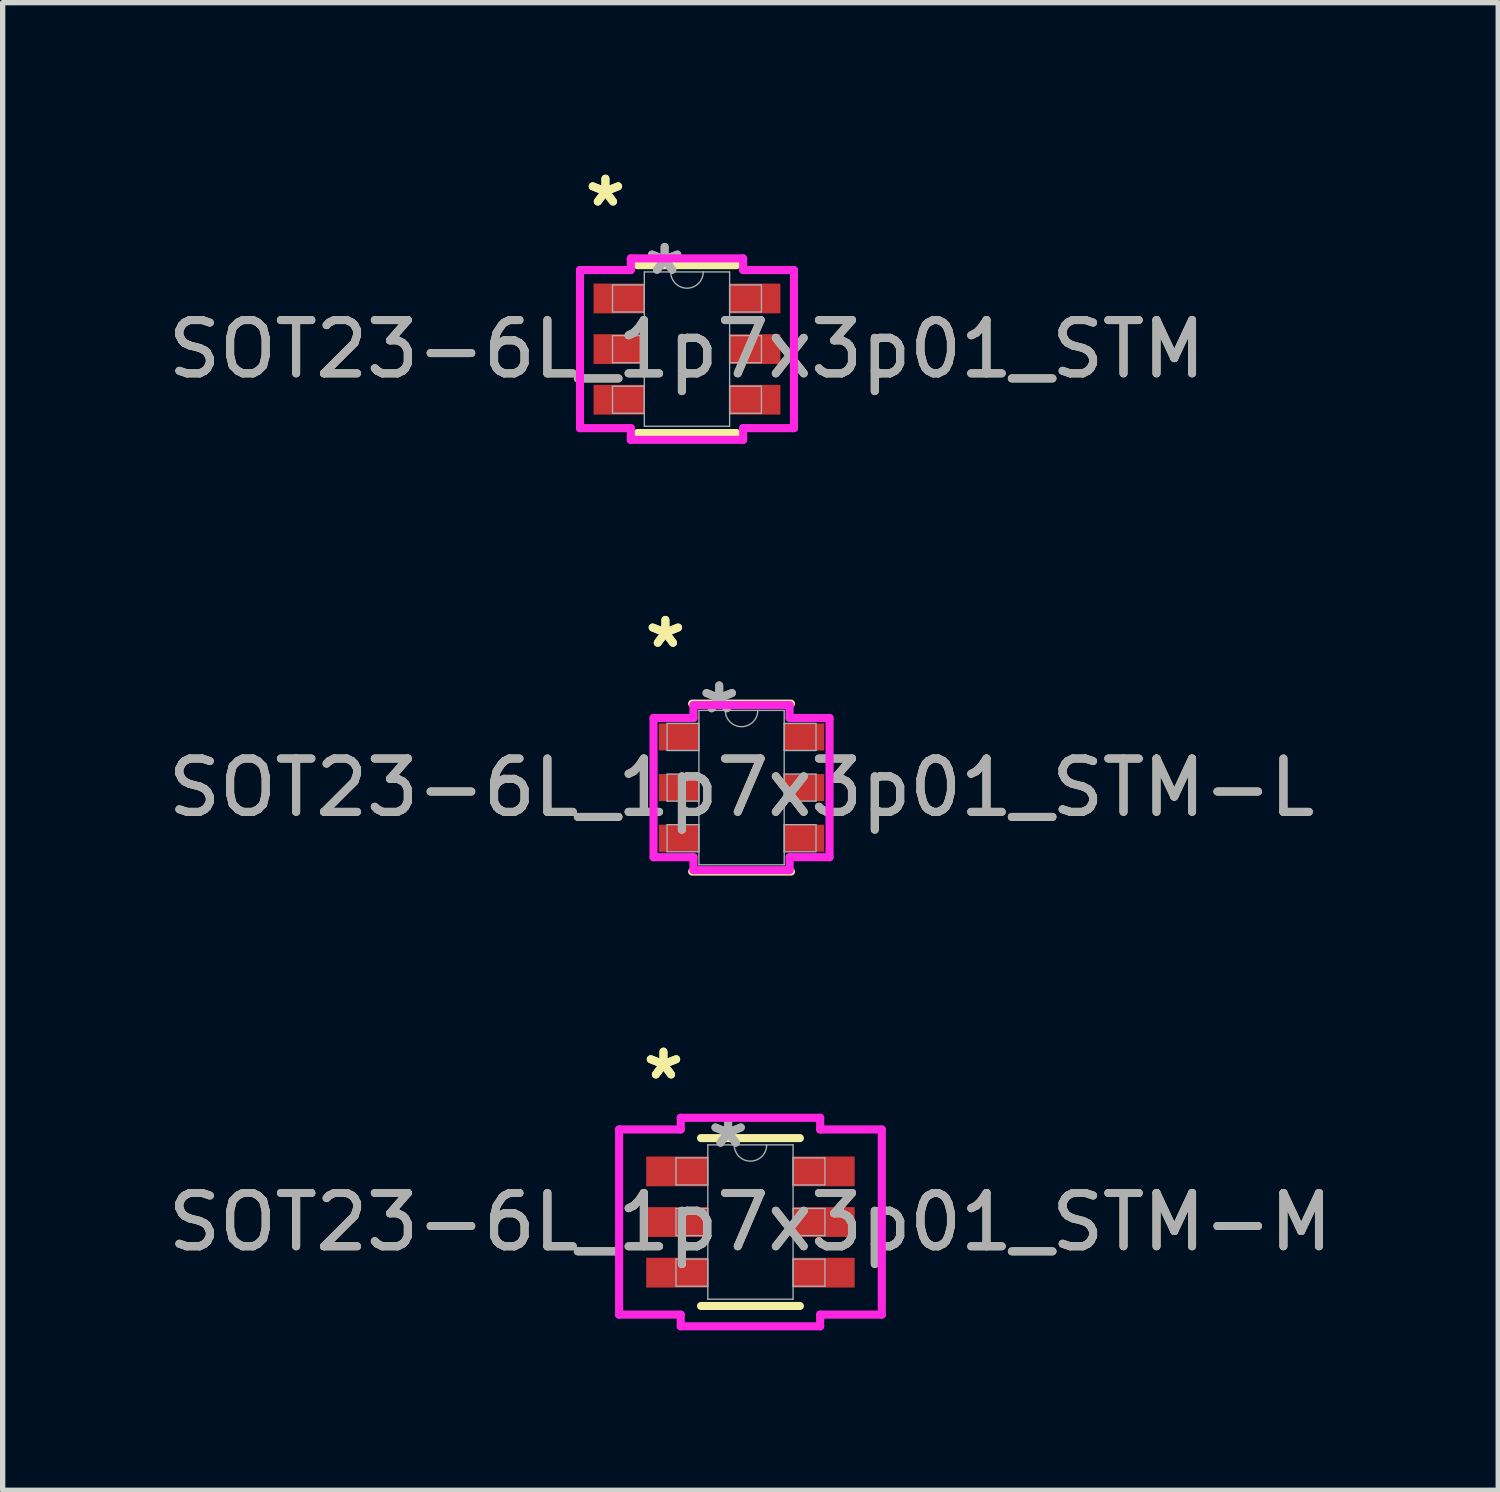
<source format=kicad_pcb>
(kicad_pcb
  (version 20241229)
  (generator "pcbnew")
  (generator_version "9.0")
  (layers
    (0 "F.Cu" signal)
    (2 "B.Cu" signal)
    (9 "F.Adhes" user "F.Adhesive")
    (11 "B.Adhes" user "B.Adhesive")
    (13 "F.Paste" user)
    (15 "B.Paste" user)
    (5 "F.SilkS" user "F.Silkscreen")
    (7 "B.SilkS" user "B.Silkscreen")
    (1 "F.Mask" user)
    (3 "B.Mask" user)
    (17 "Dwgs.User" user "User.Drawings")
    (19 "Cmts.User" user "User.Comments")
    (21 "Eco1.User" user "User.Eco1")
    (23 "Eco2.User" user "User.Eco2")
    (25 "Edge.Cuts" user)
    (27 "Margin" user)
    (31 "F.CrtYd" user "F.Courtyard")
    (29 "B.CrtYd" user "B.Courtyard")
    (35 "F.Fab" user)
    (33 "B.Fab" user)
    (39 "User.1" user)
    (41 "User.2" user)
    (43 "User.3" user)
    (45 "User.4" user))
  (footprint "SOT23-6L_1p7x3p01_STM-L"
    (layer "F.Cu")
    (at 10.863 11.727)
    (property "Reference" "SOT23-6L_1p7x3p01_STM-L" (at 0 0 0) (unlocked yes) (layer "F.SilkS") (effects (font (size 1 1) (thickness 0.15))))
    (attr smd)
    (fp_line (start -0.927 1.575) (end 0.927 1.575) (stroke (width 0.152) (type solid)) (layer "F.SilkS"))
    (fp_line (start 0.927 -1.575) (end -0.927 -1.575) (stroke (width 0.152) (type solid)) (layer "F.SilkS"))
    (fp_line (start -1.651 -1.306) (end -0.902 -1.306) (stroke (width 0.152) (type solid)) (layer "F.CrtYd"))
    (fp_line (start -1.651 1.306) (end -1.651 -1.306) (stroke (width 0.152) (type solid)) (layer "F.CrtYd"))
    (fp_line (start -1.651 1.306) (end -0.902 1.306) (stroke (width 0.152) (type solid)) (layer "F.CrtYd"))
    (fp_line (start -0.902 -1.549) (end 0.902 -1.549) (stroke (width 0.152) (type solid)) (layer "F.CrtYd"))
    (fp_line (start -0.902 -1.306) (end -0.902 -1.549) (stroke (width 0.152) (type solid)) (layer "F.CrtYd"))
    (fp_line (start -0.902 1.549) (end -0.902 1.306) (stroke (width 0.152) (type solid)) (layer "F.CrtYd"))
    (fp_line (start 0.902 -1.549) (end 0.902 -1.306) (stroke (width 0.152) (type solid)) (layer "F.CrtYd"))
    (fp_line (start 0.902 1.306) (end 0.902 1.549) (stroke (width 0.152) (type solid)) (layer "F.CrtYd"))
    (fp_line (start 0.902 1.549) (end -0.902 1.549) (stroke (width 0.152) (type solid)) (layer "F.CrtYd"))
    (fp_line (start 1.651 -1.306) (end 0.902 -1.306) (stroke (width 0.152) (type solid)) (layer "F.CrtYd"))
    (fp_line (start 1.651 -1.306) (end 1.651 1.306) (stroke (width 0.152) (type solid)) (layer "F.CrtYd"))
    (fp_line (start 1.651 1.306) (end 0.902 1.306) (stroke (width 0.152) (type solid)) (layer "F.CrtYd"))
    (fp_line (start -1.397 -1.204) (end -1.397 -0.696) (stroke (width 0.025) (type solid)) (layer "F.Fab"))
    (fp_line (start -1.397 -0.696) (end -0.8 -0.696) (stroke (width 0.025) (type solid)) (layer "F.Fab"))
    (fp_line (start -1.397 -0.254) (end -1.397 0.254) (stroke (width 0.025) (type solid)) (layer "F.Fab"))
    (fp_line (start -1.397 0.254) (end -0.8 0.254) (stroke (width 0.025) (type solid)) (layer "F.Fab"))
    (fp_line (start -1.397 0.696) (end -1.397 1.204) (stroke (width 0.025) (type solid)) (layer "F.Fab"))
    (fp_line (start -1.397 1.204) (end -0.8 1.204) (stroke (width 0.025) (type solid)) (layer "F.Fab"))
    (fp_line (start -0.8 -1.448) (end -0.8 1.448) (stroke (width 0.025) (type solid)) (layer "F.Fab"))
    (fp_line (start -0.8 -1.204) (end -1.397 -1.204) (stroke (width 0.025) (type solid)) (layer "F.Fab"))
    (fp_line (start -0.8 -0.696) (end -0.8 -1.204) (stroke (width 0.025) (type solid)) (layer "F.Fab"))
    (fp_line (start -0.8 -0.254) (end -1.397 -0.254) (stroke (width 0.025) (type solid)) (layer "F.Fab"))
    (fp_line (start -0.8 0.254) (end -0.8 -0.254) (stroke (width 0.025) (type solid)) (layer "F.Fab"))
    (fp_line (start -0.8 0.696) (end -1.397 0.696) (stroke (width 0.025) (type solid)) (layer "F.Fab"))
    (fp_line (start -0.8 1.204) (end -0.8 0.696) (stroke (width 0.025) (type solid)) (layer "F.Fab"))
    (fp_line (start -0.8 1.448) (end 0.8 1.448) (stroke (width 0.025) (type solid)) (layer "F.Fab"))
    (fp_line (start 0.8 -1.448) (end -0.8 -1.448) (stroke (width 0.025) (type solid)) (layer "F.Fab"))
    (fp_line (start 0.8 -1.204) (end 0.8 -0.696) (stroke (width 0.025) (type solid)) (layer "F.Fab"))
    (fp_line (start 0.8 -0.696) (end 1.397 -0.696) (stroke (width 0.025) (type solid)) (layer "F.Fab"))
    (fp_line (start 0.8 -0.254) (end 0.8 0.254) (stroke (width 0.025) (type solid)) (layer "F.Fab"))
    (fp_line (start 0.8 0.254) (end 1.397 0.254) (stroke (width 0.025) (type solid)) (layer "F.Fab"))
    (fp_line (start 0.8 0.696) (end 0.8 1.204) (stroke (width 0.025) (type solid)) (layer "F.Fab"))
    (fp_line (start 0.8 1.204) (end 1.397 1.204) (stroke (width 0.025) (type solid)) (layer "F.Fab"))
    (fp_line (start 0.8 1.448) (end 0.8 -1.448) (stroke (width 0.025) (type solid)) (layer "F.Fab"))
    (fp_line (start 1.397 -1.204) (end 0.8 -1.204) (stroke (width 0.025) (type solid)) (layer "F.Fab"))
    (fp_line (start 1.397 -0.696) (end 1.397 -1.204) (stroke (width 0.025) (type solid)) (layer "F.Fab"))
    (fp_line (start 1.397 -0.254) (end 0.8 -0.254) (stroke (width 0.025) (type solid)) (layer "F.Fab"))
    (fp_line (start 1.397 0.254) (end 1.397 -0.254) (stroke (width 0.025) (type solid)) (layer "F.Fab"))
    (fp_line (start 1.397 0.696) (end 0.8 0.696) (stroke (width 0.025) (type solid)) (layer "F.Fab"))
    (fp_line (start 1.397 1.204) (end 1.397 0.696) (stroke (width 0.025) (type solid)) (layer "F.Fab"))
    (fp_arc (start 0.3048 -1.4478) (mid 0 -1.143) (end -0.3048 -1.4478) (stroke (width 0.0254) (type solid)) (layer "F.Fab"))
    (fp_text user "*" (at -1.429 -2.601 0) (layer "F.SilkS") (effects (font (size 1 1) (thickness 0.15))))
    (fp_text user "*" (at -1.429 -2.601 0) (unlocked yes) (layer "F.SilkS") (effects (font (size 1 1) (thickness 0.15))))
    (fp_text user "*" (at -0.419 -1.372 0) (layer "F.Fab") (effects (font (size 1 1) (thickness 0.15))))
    (fp_text user "${REFERENCE}" (at 0 0 0) (unlocked yes) (layer "F.Fab") (effects (font (size 1 1) (thickness 0.15))))
    (fp_text user "*" (at -0.419 -1.372 0) (unlocked yes) (layer "F.Fab") (effects (font (size 1 1) (thickness 0.15))))
    (pad "1" smd rect (at -1.175 -0.95) (size 0.749 0.508) (layers "F.Cu" "F.Mask" "F.Paste"))
    (pad "2" smd rect (at -1.175 0) (size 0.749 0.508) (layers "F.Cu" "F.Mask" "F.Paste"))
    (pad "3" smd rect (at -1.175 0.95) (size 0.749 0.508) (layers "F.Cu" "F.Mask" "F.Paste"))
    (pad "4" smd rect (at 1.175 0.95) (size 0.749 0.508) (layers "F.Cu" "F.Mask" "F.Paste"))
    (pad "5" smd rect (at 1.175 0) (size 0.749 0.508) (layers "F.Cu" "F.Mask" "F.Paste"))
    (pad "6" smd rect (at 1.175 -0.95) (size 0.749 0.508) (layers "F.Cu" "F.Mask" "F.Paste")))
  (footprint "SOT23-6L_1p7x3p01_STM"
    (layer "F.Cu")
    (at 9.839 3.5)
    (property "Reference" "SOT23-6L_1p7x3p01_STM" (at 0 0 0) (unlocked yes) (layer "F.SilkS") (effects (font (size 1 1) (thickness 0.15))))
    (attr smd)
    (fp_line (start -0.927 1.575) (end 0.927 1.575) (stroke (width 0.152) (type solid)) (layer "F.SilkS"))
    (fp_line (start 0.927 -1.575) (end -0.927 -1.575) (stroke (width 0.152) (type solid)) (layer "F.SilkS"))
    (fp_line (start -2.007 -1.483) (end -1.054 -1.483) (stroke (width 0.152) (type solid)) (layer "F.CrtYd"))
    (fp_line (start -2.007 1.483) (end -2.007 -1.483) (stroke (width 0.152) (type solid)) (layer "F.CrtYd"))
    (fp_line (start -2.007 1.483) (end -1.054 1.483) (stroke (width 0.152) (type solid)) (layer "F.CrtYd"))
    (fp_line (start -1.054 -1.702) (end 1.054 -1.702) (stroke (width 0.152) (type solid)) (layer "F.CrtYd"))
    (fp_line (start -1.054 -1.483) (end -1.054 -1.702) (stroke (width 0.152) (type solid)) (layer "F.CrtYd"))
    (fp_line (start -1.054 1.702) (end -1.054 1.483) (stroke (width 0.152) (type solid)) (layer "F.CrtYd"))
    (fp_line (start 1.054 -1.702) (end 1.054 -1.483) (stroke (width 0.152) (type solid)) (layer "F.CrtYd"))
    (fp_line (start 1.054 1.483) (end 1.054 1.702) (stroke (width 0.152) (type solid)) (layer "F.CrtYd"))
    (fp_line (start 1.054 1.702) (end -1.054 1.702) (stroke (width 0.152) (type solid)) (layer "F.CrtYd"))
    (fp_line (start 2.007 -1.483) (end 1.054 -1.483) (stroke (width 0.152) (type solid)) (layer "F.CrtYd"))
    (fp_line (start 2.007 -1.483) (end 2.007 1.483) (stroke (width 0.152) (type solid)) (layer "F.CrtYd"))
    (fp_line (start 2.007 1.483) (end 1.054 1.483) (stroke (width 0.152) (type solid)) (layer "F.CrtYd"))
    (fp_line (start -1.397 -1.204) (end -1.397 -0.696) (stroke (width 0.025) (type solid)) (layer "F.Fab"))
    (fp_line (start -1.397 -0.696) (end -0.8 -0.696) (stroke (width 0.025) (type solid)) (layer "F.Fab"))
    (fp_line (start -1.397 -0.254) (end -1.397 0.254) (stroke (width 0.025) (type solid)) (layer "F.Fab"))
    (fp_line (start -1.397 0.254) (end -0.8 0.254) (stroke (width 0.025) (type solid)) (layer "F.Fab"))
    (fp_line (start -1.397 0.696) (end -1.397 1.204) (stroke (width 0.025) (type solid)) (layer "F.Fab"))
    (fp_line (start -1.397 1.204) (end -0.8 1.204) (stroke (width 0.025) (type solid)) (layer "F.Fab"))
    (fp_line (start -0.8 -1.448) (end -0.8 1.448) (stroke (width 0.025) (type solid)) (layer "F.Fab"))
    (fp_line (start -0.8 -1.204) (end -1.397 -1.204) (stroke (width 0.025) (type solid)) (layer "F.Fab"))
    (fp_line (start -0.8 -0.696) (end -0.8 -1.204) (stroke (width 0.025) (type solid)) (layer "F.Fab"))
    (fp_line (start -0.8 -0.254) (end -1.397 -0.254) (stroke (width 0.025) (type solid)) (layer "F.Fab"))
    (fp_line (start -0.8 0.254) (end -0.8 -0.254) (stroke (width 0.025) (type solid)) (layer "F.Fab"))
    (fp_line (start -0.8 0.696) (end -1.397 0.696) (stroke (width 0.025) (type solid)) (layer "F.Fab"))
    (fp_line (start -0.8 1.204) (end -0.8 0.696) (stroke (width 0.025) (type solid)) (layer "F.Fab"))
    (fp_line (start -0.8 1.448) (end 0.8 1.448) (stroke (width 0.025) (type solid)) (layer "F.Fab"))
    (fp_line (start 0.8 -1.448) (end -0.8 -1.448) (stroke (width 0.025) (type solid)) (layer "F.Fab"))
    (fp_line (start 0.8 -1.204) (end 0.8 -0.696) (stroke (width 0.025) (type solid)) (layer "F.Fab"))
    (fp_line (start 0.8 -0.696) (end 1.397 -0.696) (stroke (width 0.025) (type solid)) (layer "F.Fab"))
    (fp_line (start 0.8 -0.254) (end 0.8 0.254) (stroke (width 0.025) (type solid)) (layer "F.Fab"))
    (fp_line (start 0.8 0.254) (end 1.397 0.254) (stroke (width 0.025) (type solid)) (layer "F.Fab"))
    (fp_line (start 0.8 0.696) (end 0.8 1.204) (stroke (width 0.025) (type solid)) (layer "F.Fab"))
    (fp_line (start 0.8 1.204) (end 1.397 1.204) (stroke (width 0.025) (type solid)) (layer "F.Fab"))
    (fp_line (start 0.8 1.448) (end 0.8 -1.448) (stroke (width 0.025) (type solid)) (layer "F.Fab"))
    (fp_line (start 1.397 -1.204) (end 0.8 -1.204) (stroke (width 0.025) (type solid)) (layer "F.Fab"))
    (fp_line (start 1.397 -0.696) (end 1.397 -1.204) (stroke (width 0.025) (type solid)) (layer "F.Fab"))
    (fp_line (start 1.397 -0.254) (end 0.8 -0.254) (stroke (width 0.025) (type solid)) (layer "F.Fab"))
    (fp_line (start 1.397 0.254) (end 1.397 -0.254) (stroke (width 0.025) (type solid)) (layer "F.Fab"))
    (fp_line (start 1.397 0.696) (end 0.8 0.696) (stroke (width 0.025) (type solid)) (layer "F.Fab"))
    (fp_line (start 1.397 1.204) (end 1.397 0.696) (stroke (width 0.025) (type solid)) (layer "F.Fab"))
    (fp_arc (start 0.3048 -1.4478) (mid 0 -1.143) (end -0.3048 -1.4478) (stroke (width 0.0254) (type solid)) (layer "F.Fab"))
    (fp_text user "*" (at -1.53 -2.652 0) (layer "F.SilkS") (effects (font (size 1 1) (thickness 0.15))))
    (fp_text user "*" (at -1.53 -2.652 0) (unlocked yes) (layer "F.SilkS") (effects (font (size 1 1) (thickness 0.15))))
    (fp_text user "*" (at -0.419 -1.372 0) (unlocked yes) (layer "F.Fab") (effects (font (size 1 1) (thickness 0.15))))
    (fp_text user "*" (at -0.419 -1.372 0) (layer "F.Fab") (effects (font (size 1 1) (thickness 0.15))))
    (fp_text user "${REFERENCE}" (at 0 0 0) (unlocked yes) (layer "F.Fab") (effects (font (size 1 1) (thickness 0.15))))
    (pad "1" smd rect (at -1.276 -0.95) (size 0.953 0.559) (layers "F.Cu" "F.Mask" "F.Paste"))
    (pad "2" smd rect (at -1.276 0) (size 0.953 0.559) (layers "F.Cu" "F.Mask" "F.Paste"))
    (pad "3" smd rect (at -1.276 0.95) (size 0.953 0.559) (layers "F.Cu" "F.Mask" "F.Paste"))
    (pad "4" smd rect (at 1.276 0.95) (size 0.953 0.559) (layers "F.Cu" "F.Mask" "F.Paste"))
    (pad "5" smd rect (at 1.276 0) (size 0.953 0.559) (layers "F.Cu" "F.Mask" "F.Paste"))
    (pad "6" smd rect (at 1.276 -0.95) (size 0.953 0.559) (layers "F.Cu" "F.Mask" "F.Paste")))
  (footprint "SOT23-6L_1p7x3p01_STM-M"
    (layer "F.Cu")
    (at 11.03 19.878)
    (property "Reference" "SOT23-6L_1p7x3p01_STM-M" (at 0 0 0) (unlocked yes) (layer "F.SilkS") (effects (font (size 1 1) (thickness 0.15))))
    (attr smd)
    (fp_line (start -0.927 1.575) (end 0.927 1.575) (stroke (width 0.152) (type solid)) (layer "F.SilkS"))
    (fp_line (start 0.927 -1.575) (end -0.927 -1.575) (stroke (width 0.152) (type solid)) (layer "F.SilkS"))
    (fp_line (start -2.464 -1.737) (end -1.308 -1.737) (stroke (width 0.152) (type solid)) (layer "F.CrtYd"))
    (fp_line (start -2.464 1.737) (end -2.464 -1.737) (stroke (width 0.152) (type solid)) (layer "F.CrtYd"))
    (fp_line (start -2.464 1.737) (end -1.308 1.737) (stroke (width 0.152) (type solid)) (layer "F.CrtYd"))
    (fp_line (start -1.308 -1.956) (end 1.308 -1.956) (stroke (width 0.152) (type solid)) (layer "F.CrtYd"))
    (fp_line (start -1.308 -1.737) (end -1.308 -1.956) (stroke (width 0.152) (type solid)) (layer "F.CrtYd"))
    (fp_line (start -1.308 1.956) (end -1.308 1.737) (stroke (width 0.152) (type solid)) (layer "F.CrtYd"))
    (fp_line (start 1.308 -1.956) (end 1.308 -1.737) (stroke (width 0.152) (type solid)) (layer "F.CrtYd"))
    (fp_line (start 1.308 1.737) (end 1.308 1.956) (stroke (width 0.152) (type solid)) (layer "F.CrtYd"))
    (fp_line (start 1.308 1.956) (end -1.308 1.956) (stroke (width 0.152) (type solid)) (layer "F.CrtYd"))
    (fp_line (start 2.464 -1.737) (end 1.308 -1.737) (stroke (width 0.152) (type solid)) (layer "F.CrtYd"))
    (fp_line (start 2.464 -1.737) (end 2.464 1.737) (stroke (width 0.152) (type solid)) (layer "F.CrtYd"))
    (fp_line (start 2.464 1.737) (end 1.308 1.737) (stroke (width 0.152) (type solid)) (layer "F.CrtYd"))
    (fp_line (start -1.397 -1.204) (end -1.397 -0.696) (stroke (width 0.025) (type solid)) (layer "F.Fab"))
    (fp_line (start -1.397 -0.696) (end -0.8 -0.696) (stroke (width 0.025) (type solid)) (layer "F.Fab"))
    (fp_line (start -1.397 -0.254) (end -1.397 0.254) (stroke (width 0.025) (type solid)) (layer "F.Fab"))
    (fp_line (start -1.397 0.254) (end -0.8 0.254) (stroke (width 0.025) (type solid)) (layer "F.Fab"))
    (fp_line (start -1.397 0.696) (end -1.397 1.204) (stroke (width 0.025) (type solid)) (layer "F.Fab"))
    (fp_line (start -1.397 1.204) (end -0.8 1.204) (stroke (width 0.025) (type solid)) (layer "F.Fab"))
    (fp_line (start -0.8 -1.448) (end -0.8 1.448) (stroke (width 0.025) (type solid)) (layer "F.Fab"))
    (fp_line (start -0.8 -1.204) (end -1.397 -1.204) (stroke (width 0.025) (type solid)) (layer "F.Fab"))
    (fp_line (start -0.8 -0.696) (end -0.8 -1.204) (stroke (width 0.025) (type solid)) (layer "F.Fab"))
    (fp_line (start -0.8 -0.254) (end -1.397 -0.254) (stroke (width 0.025) (type solid)) (layer "F.Fab"))
    (fp_line (start -0.8 0.254) (end -0.8 -0.254) (stroke (width 0.025) (type solid)) (layer "F.Fab"))
    (fp_line (start -0.8 0.696) (end -1.397 0.696) (stroke (width 0.025) (type solid)) (layer "F.Fab"))
    (fp_line (start -0.8 1.204) (end -0.8 0.696) (stroke (width 0.025) (type solid)) (layer "F.Fab"))
    (fp_line (start -0.8 1.448) (end 0.8 1.448) (stroke (width 0.025) (type solid)) (layer "F.Fab"))
    (fp_line (start 0.8 -1.448) (end -0.8 -1.448) (stroke (width 0.025) (type solid)) (layer "F.Fab"))
    (fp_line (start 0.8 -1.204) (end 0.8 -0.696) (stroke (width 0.025) (type solid)) (layer "F.Fab"))
    (fp_line (start 0.8 -0.696) (end 1.397 -0.696) (stroke (width 0.025) (type solid)) (layer "F.Fab"))
    (fp_line (start 0.8 -0.254) (end 0.8 0.254) (stroke (width 0.025) (type solid)) (layer "F.Fab"))
    (fp_line (start 0.8 0.254) (end 1.397 0.254) (stroke (width 0.025) (type solid)) (layer "F.Fab"))
    (fp_line (start 0.8 0.696) (end 0.8 1.204) (stroke (width 0.025) (type solid)) (layer "F.Fab"))
    (fp_line (start 0.8 1.204) (end 1.397 1.204) (stroke (width 0.025) (type solid)) (layer "F.Fab"))
    (fp_line (start 0.8 1.448) (end 0.8 -1.448) (stroke (width 0.025) (type solid)) (layer "F.Fab"))
    (fp_line (start 1.397 -1.204) (end 0.8 -1.204) (stroke (width 0.025) (type solid)) (layer "F.Fab"))
    (fp_line (start 1.397 -0.696) (end 1.397 -1.204) (stroke (width 0.025) (type solid)) (layer "F.Fab"))
    (fp_line (start 1.397 -0.254) (end 0.8 -0.254) (stroke (width 0.025) (type solid)) (layer "F.Fab"))
    (fp_line (start 1.397 0.254) (end 1.397 -0.254) (stroke (width 0.025) (type solid)) (layer "F.Fab"))
    (fp_line (start 1.397 0.696) (end 0.8 0.696) (stroke (width 0.025) (type solid)) (layer "F.Fab"))
    (fp_line (start 1.397 1.204) (end 1.397 0.696) (stroke (width 0.025) (type solid)) (layer "F.Fab"))
    (fp_arc (start 0.3048 -1.4478) (mid 0 -1.143) (end -0.3048 -1.4478) (stroke (width 0.0254) (type solid)) (layer "F.Fab"))
    (fp_text user "*" (at -1.632 -2.652 0) (unlocked yes) (layer "F.SilkS") (effects (font (size 1 1) (thickness 0.15))))
    (fp_text user "*" (at -1.632 -2.652 0) (layer "F.SilkS") (effects (font (size 1 1) (thickness 0.15))))
    (fp_text user "*" (at -0.419 -1.372 0) (unlocked yes) (layer "F.Fab") (effects (font (size 1 1) (thickness 0.15))))
    (fp_text user "*" (at -0.419 -1.372 0) (layer "F.Fab") (effects (font (size 1 1) (thickness 0.15))))
    (fp_text user "${REFERENCE}" (at 0 0 0) (unlocked yes) (layer "F.Fab") (effects (font (size 1 1) (thickness 0.15))))
    (pad "1" smd rect (at -1.378 -0.95) (size 1.156 0.559) (layers "F.Cu" "F.Mask" "F.Paste"))
    (pad "2" smd rect (at -1.378 0) (size 1.156 0.559) (layers "F.Cu" "F.Mask" "F.Paste"))
    (pad "3" smd rect (at -1.378 0.95) (size 1.156 0.559) (layers "F.Cu" "F.Mask" "F.Paste"))
    (pad "4" smd rect (at 1.378 0.95) (size 1.156 0.559) (layers "F.Cu" "F.Mask" "F.Paste"))
    (pad "5" smd rect (at 1.378 0) (size 1.156 0.559) (layers "F.Cu" "F.Mask" "F.Paste"))
    (pad "6" smd rect (at 1.378 -0.95) (size 1.156 0.559) (layers "F.Cu" "F.Mask" "F.Paste")))
  (gr_rect
    (start -3 -3)
    (end 25.06 24.91)
    (stroke (width 0.1) (type default))
    (fill no)
    (layer "Edge.Cuts")))
</source>
